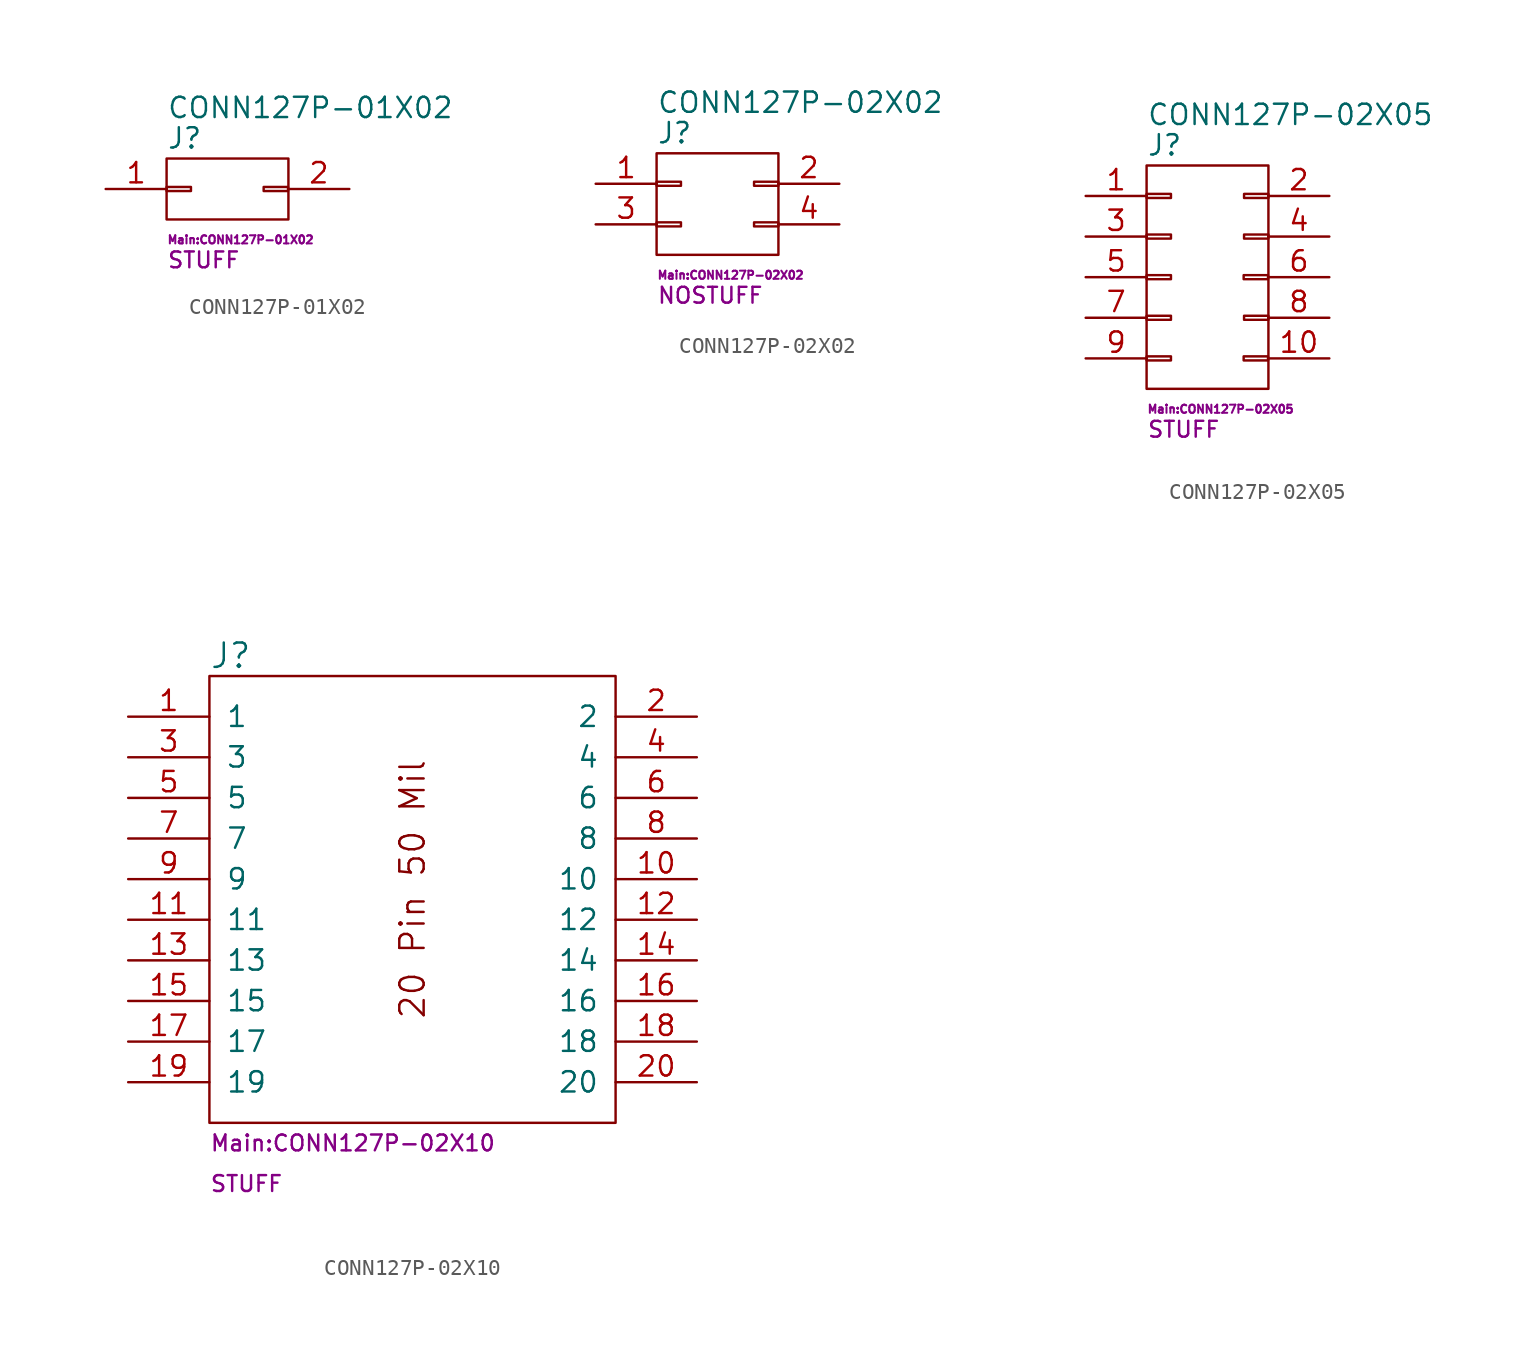
<source format=kicad_sym>
(kicad_symbol_lib
  (version 20211014)
  (generator kicad_symbol_editor)
  (symbol "CONN127P-01X02"
    (pin_names
      (offset 1.016) hide)
    (property "Reference" "J"
      (at -3.81 3.175 0)
      (effects (font (size 1.27 1.27)) (justify left)))
    (property "Value" "CONN127P-01X02"
      (at -3.81 5.08 0)
      (effects (font (size 1.27 1.27)) (justify left)))
    (property "Footprint" "Main:CONN127P-01X02"
      (at -3.81 -3.175 0)
      (effects (font (size 0.508 0.508)) (justify left)))
    (property "Datasheet" ""
      (at -2.54 6.35 0)
      (effects (font (size 1.27 1.27))))
    (property "SKU" "STUFF"
      (at -3.81 -4.445 0)
      (effects (font (size 0.991 0.991)) (justify left)))
    (symbol "CONN127P-01X02_0_1"
      (rectangle (start -3.81 0.127) (end -2.286 -0.127) (stroke (width 0) (type default) (color 0 0 0 0)) (fill (type none)))
      (rectangle (start -3.81 1.905) (end 3.81 -1.905) (stroke (width 0) (type default) (color 0 0 0 0)) (fill (type none)))
      (rectangle (start 2.261 0.127) (end 3.785 -0.127) (stroke (width 0) (type default) (color 0 0 0 0)) (fill (type none))))
    (symbol "CONN127P-01X02_1_1"
      (pin passive line (at -7.62 0 0) (length 3.81) (name "P1" (effects (font (size 1.27 1.27)))) (number "1" (effects (font (size 1.27 1.27)))))
      (pin passive line (at 7.62 0 180) (length 3.81) (name "P2" (effects (font (size 1.27 1.27)))) (number "2" (effects (font (size 1.27 1.27)))))))
  (symbol "CONN127P-02X02"
    (pin_names
      (offset 1.016) hide)
    (property "Reference" "J"
      (at -3.81 4.445 0)
      (effects (font (size 1.27 1.27)) (justify left)))
    (property "Value" "CONN127P-02X02"
      (at -3.81 6.35 0)
      (effects (font (size 1.27 1.27)) (justify left)))
    (property "Footprint" "Main:CONN127P-02X02"
      (at -3.81 -4.445 0)
      (effects (font (size 0.508 0.508)) (justify left)))
    (property "Datasheet" ""
      (at -2.54 6.35 0)
      (effects (font (size 1.27 1.27))))
    (property "SKU" "NOSTUFF"
      (at -3.81 -5.715 0)
      (effects (font (size 0.991 0.991)) (justify left)))
    (symbol "CONN127P-02X02_0_1"
      (rectangle (start -3.81 -1.143) (end -2.286 -1.397) (stroke (width 0) (type default) (color 0 0 0 0)) (fill (type none)))
      (rectangle (start -3.81 1.397) (end -2.286 1.143) (stroke (width 0) (type default) (color 0 0 0 0)) (fill (type none)))
      (rectangle (start -3.81 3.175) (end 3.81 -3.175) (stroke (width 0) (type default) (color 0 0 0 0)) (fill (type none)))
      (rectangle (start 2.286 -1.143) (end 3.81 -1.397) (stroke (width 0) (type default) (color 0 0 0 0)) (fill (type none)))
      (rectangle (start 2.286 1.397) (end 3.81 1.143) (stroke (width 0) (type default) (color 0 0 0 0)) (fill (type none))))
    (symbol "CONN127P-02X02_1_1"
      (pin passive line (at -7.62 1.27 0) (length 3.81) (name "P1" (effects (font (size 1.27 1.27)))) (number "1" (effects (font (size 1.27 1.27)))))
      (pin passive line (at 7.62 1.27 180) (length 3.81) (name "P2" (effects (font (size 1.27 1.27)))) (number "2" (effects (font (size 1.27 1.27)))))
      (pin passive line (at -7.62 -1.27 0) (length 3.81) (name "P3" (effects (font (size 1.27 1.27)))) (number "3" (effects (font (size 1.27 1.27)))))
      (pin passive line (at 7.62 -1.27 180) (length 3.81) (name "P4" (effects (font (size 1.27 1.27)))) (number "4" (effects (font (size 1.27 1.27)))))))
  (symbol "CONN127P-02X05"
    (pin_names
      (offset 1.016) hide)
    (property "Reference" "J"
      (at -3.81 8.255 0)
      (effects (font (size 1.27 1.27)) (justify left)))
    (property "Value" "CONN127P-02X05"
      (at -3.81 10.16 0)
      (effects (font (size 1.27 1.27)) (justify left)))
    (property "Footprint" "Main:CONN127P-02X05"
      (at -3.81 -8.255 0)
      (effects (font (size 0.508 0.508)) (justify left)))
    (property "Datasheet" ""
      (at -2.54 6.35 0)
      (effects (font (size 1.27 1.27))))
    (property "SKU" "STUFF"
      (at -3.81 -9.525 0)
      (effects (font (size 0.991 0.991)) (justify left)))
    (symbol "CONN127P-02X05_0_1"
      (rectangle (start -3.81 -4.953) (end -2.286 -5.207) (stroke (width 0) (type default) (color 0 0 0 0)) (fill (type none)))
      (rectangle (start -3.81 -2.413) (end -2.286 -2.667) (stroke (width 0) (type default) (color 0 0 0 0)) (fill (type none)))
      (rectangle (start -3.81 0.127) (end -2.286 -0.127) (stroke (width 0) (type default) (color 0 0 0 0)) (fill (type none)))
      (rectangle (start -3.81 2.667) (end -2.286 2.413) (stroke (width 0) (type default) (color 0 0 0 0)) (fill (type none)))
      (rectangle (start -3.81 5.207) (end -2.286 4.953) (stroke (width 0) (type default) (color 0 0 0 0)) (fill (type none)))
      (rectangle (start -3.81 6.985) (end 3.81 -6.985) (stroke (width 0) (type default) (color 0 0 0 0)) (fill (type none)))
      (rectangle (start 2.261 -4.953) (end 3.785 -5.207) (stroke (width 0) (type default) (color 0 0 0 0)) (fill (type none)))
      (rectangle (start 2.261 0.127) (end 3.785 -0.127) (stroke (width 0) (type default) (color 0 0 0 0)) (fill (type none)))
      (rectangle (start 2.286 -2.413) (end 3.81 -2.667) (stroke (width 0) (type default) (color 0 0 0 0)) (fill (type none)))
      (rectangle (start 2.286 2.667) (end 3.81 2.413) (stroke (width 0) (type default) (color 0 0 0 0)) (fill (type none)))
      (rectangle (start 2.286 5.207) (end 3.81 4.953) (stroke (width 0) (type default) (color 0 0 0 0)) (fill (type none))))
    (symbol "CONN127P-02X05_1_1"
      (pin passive line (at -7.62 5.08 0) (length 3.81) (name "P1" (effects (font (size 1.27 1.27)))) (number "1" (effects (font (size 1.27 1.27)))))
      (pin passive line (at 7.62 -5.08 180) (length 3.81) (name "P10" (effects (font (size 1.27 1.27)))) (number "10" (effects (font (size 1.27 1.27)))))
      (pin passive line (at 7.62 5.08 180) (length 3.81) (name "P2" (effects (font (size 1.27 1.27)))) (number "2" (effects (font (size 1.27 1.27)))))
      (pin passive line (at -7.62 2.54 0) (length 3.81) (name "P3" (effects (font (size 1.27 1.27)))) (number "3" (effects (font (size 1.27 1.27)))))
      (pin passive line (at 7.62 2.54 180) (length 3.81) (name "P4" (effects (font (size 1.27 1.27)))) (number "4" (effects (font (size 1.27 1.27)))))
      (pin passive line (at -7.62 0 0) (length 3.81) (name "P5" (effects (font (size 1.27 1.27)))) (number "5" (effects (font (size 1.27 1.27)))))
      (pin passive line (at 7.62 0 180) (length 3.81) (name "P6" (effects (font (size 1.27 1.27)))) (number "6" (effects (font (size 1.27 1.27)))))
      (pin passive line (at -7.62 -2.54 0) (length 3.81) (name "P7" (effects (font (size 1.27 1.27)))) (number "7" (effects (font (size 1.27 1.27)))))
      (pin passive line (at 7.62 -2.54 180) (length 3.81) (name "P8" (effects (font (size 1.27 1.27)))) (number "8" (effects (font (size 1.27 1.27)))))
      (pin passive line (at -7.62 -5.08 0) (length 3.81) (name "P9" (effects (font (size 1.27 1.27)))) (number "9" (effects (font (size 1.27 1.27)))))))
  (symbol "CONN127P-02X10"
    (pin_names
      (offset 1.016))
    (property "Reference" "J"
      (at -12.7 15.24 0)
      (effects (font (size 1.524 1.524)) (justify left)))
    (property "Footprint" "Main:CONN127P-02X10"
      (at -12.7 -15.24 0)
      (effects (font (size 0.991 0.991)) (justify left)))
    (property "Datasheet" ""
      (at -5.08 0 0)
      (effects (font (size 1.524 1.524))))
    (property "SKU" "STUFF"
      (at -12.7 -17.78 0)
      (effects (font (size 0.991 0.991)) (justify left)))
    (symbol "CONN127P-02X10_0_0"
      (text "20 Pin 50 Mil" (at 0 0.635 900) (effects (font (size 1.524 1.524)))))
    (symbol "CONN127P-02X10_0_1"
      (rectangle (start -12.7 13.97) (end 12.7 -13.97) (stroke (width 0) (type default) (color 0 0 0 0)) (fill (type none))))
    (symbol "CONN127P-02X10_1_1"
      (pin bidirectional line (at -17.78 11.43 0) (length 5.08) (name "1" (effects (font (size 1.27 1.27)))) (number "1" (effects (font (size 1.27 1.27)))))
      (pin bidirectional line (at 17.78 1.27 180) (length 5.08) (name "10" (effects (font (size 1.27 1.27)))) (number "10" (effects (font (size 1.27 1.27)))))
      (pin bidirectional line (at -17.78 -1.27 0) (length 5.08) (name "11" (effects (font (size 1.27 1.27)))) (number "11" (effects (font (size 1.27 1.27)))))
      (pin bidirectional line (at 17.78 -1.27 180) (length 5.08) (name "12" (effects (font (size 1.27 1.27)))) (number "12" (effects (font (size 1.27 1.27)))))
      (pin bidirectional line (at -17.78 -3.81 0) (length 5.08) (name "13" (effects (font (size 1.27 1.27)))) (number "13" (effects (font (size 1.27 1.27)))))
      (pin bidirectional line (at 17.78 -3.81 180) (length 5.08) (name "14" (effects (font (size 1.27 1.27)))) (number "14" (effects (font (size 1.27 1.27)))))
      (pin bidirectional line (at -17.78 -6.35 0) (length 5.08) (name "15" (effects (font (size 1.27 1.27)))) (number "15" (effects (font (size 1.27 1.27)))))
      (pin bidirectional line (at 17.78 -6.35 180) (length 5.08) (name "16" (effects (font (size 1.27 1.27)))) (number "16" (effects (font (size 1.27 1.27)))))
      (pin bidirectional line (at -17.78 -8.89 0) (length 5.08) (name "17" (effects (font (size 1.27 1.27)))) (number "17" (effects (font (size 1.27 1.27)))))
      (pin bidirectional line (at 17.78 -8.89 180) (length 5.08) (name "18" (effects (font (size 1.27 1.27)))) (number "18" (effects (font (size 1.27 1.27)))))
      (pin bidirectional line (at -17.78 -11.43 0) (length 5.08) (name "19" (effects (font (size 1.27 1.27)))) (number "19" (effects (font (size 1.27 1.27)))))
      (pin bidirectional line (at 17.78 11.43 180) (length 5.08) (name "2" (effects (font (size 1.27 1.27)))) (number "2" (effects (font (size 1.27 1.27)))))
      (pin bidirectional line (at 17.78 -11.43 180) (length 5.08) (name "20" (effects (font (size 1.27 1.27)))) (number "20" (effects (font (size 1.27 1.27)))))
      (pin bidirectional line (at -17.78 8.89 0) (length 5.08) (name "3" (effects (font (size 1.27 1.27)))) (number "3" (effects (font (size 1.27 1.27)))))
      (pin bidirectional line (at 17.78 8.89 180) (length 5.08) (name "4" (effects (font (size 1.27 1.27)))) (number "4" (effects (font (size 1.27 1.27)))))
      (pin bidirectional line (at -17.78 6.35 0) (length 5.08) (name "5" (effects (font (size 1.27 1.27)))) (number "5" (effects (font (size 1.27 1.27)))))
      (pin bidirectional line (at 17.78 6.35 180) (length 5.08) (name "6" (effects (font (size 1.27 1.27)))) (number "6" (effects (font (size 1.27 1.27)))))
      (pin bidirectional line (at -17.78 3.81 0) (length 5.08) (name "7" (effects (font (size 1.27 1.27)))) (number "7" (effects (font (size 1.27 1.27)))))
      (pin bidirectional line (at 17.78 3.81 180) (length 5.08) (name "8" (effects (font (size 1.27 1.27)))) (number "8" (effects (font (size 1.27 1.27)))))
      (pin bidirectional line (at -17.78 1.27 0) (length 5.08) (name "9" (effects (font (size 1.27 1.27)))) (number "9" (effects (font (size 1.27 1.27))))))))
</source>
